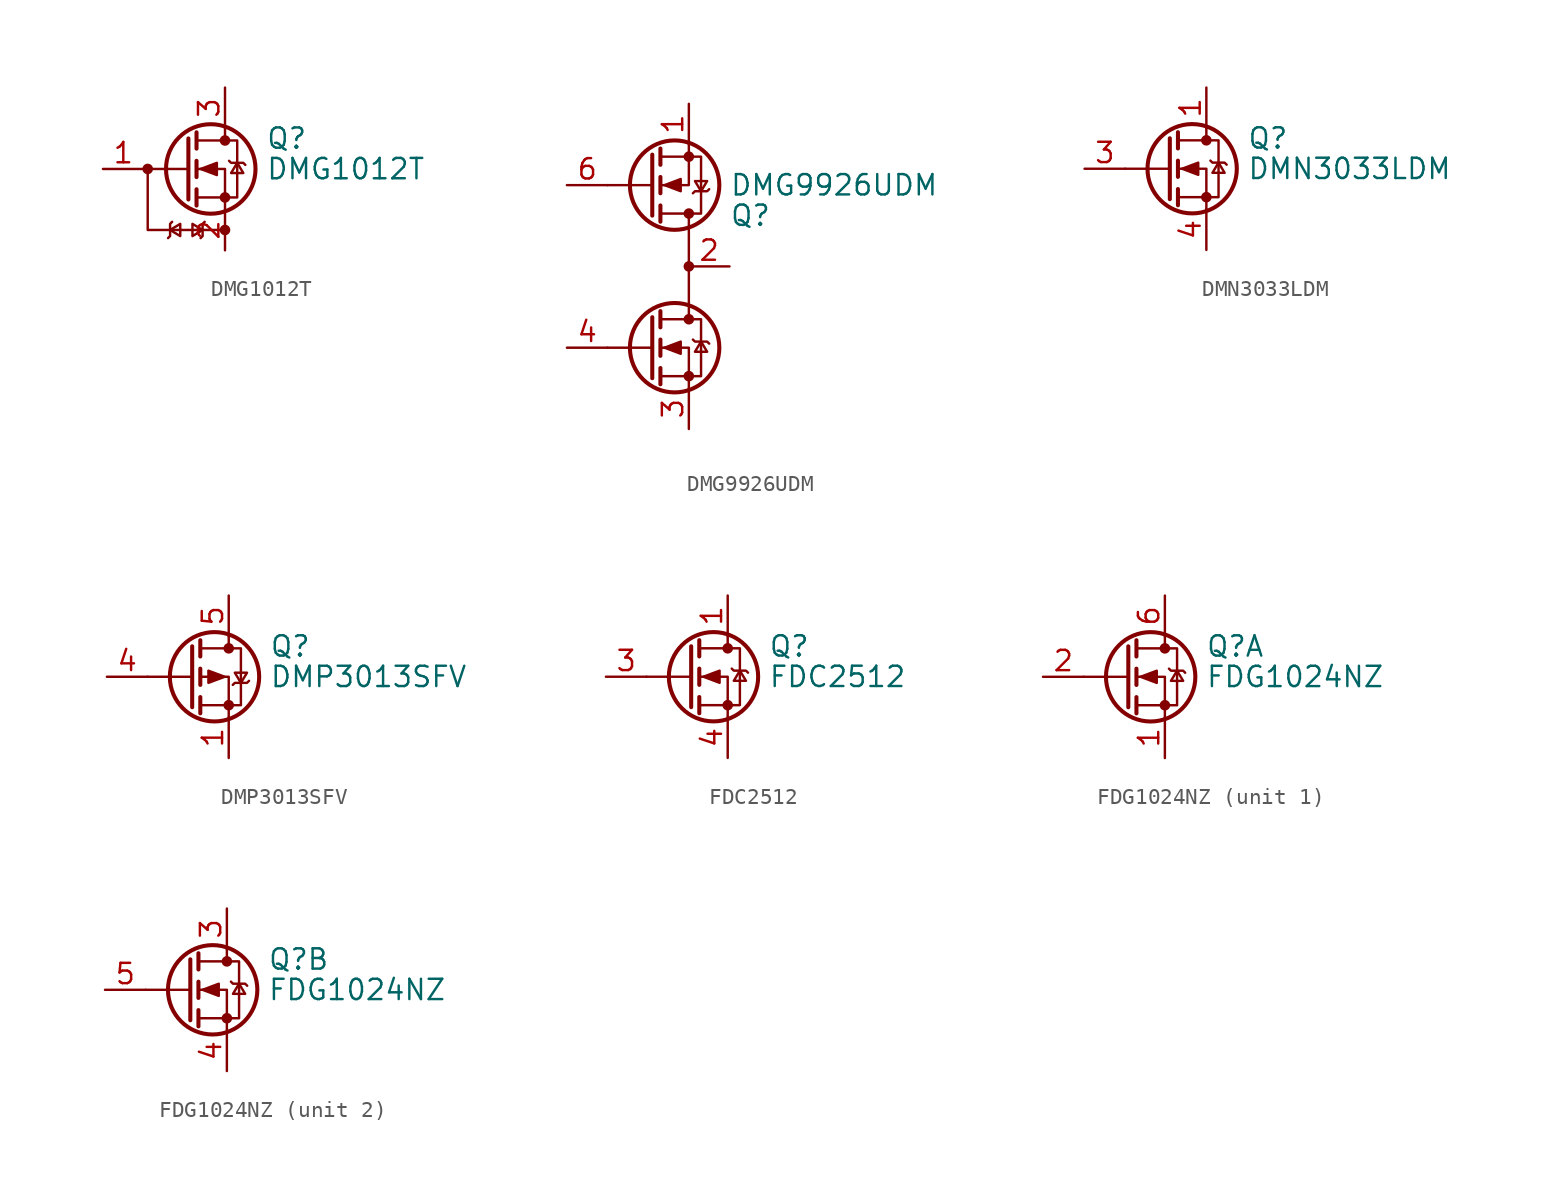
<source format=kicad_sym>
(kicad_symbol_lib
  (version 20201005)
  (generator kicad_symbol_editor)
  (symbol "DMG1012T"
    (pin_names
      (offset 0) hide)
    (property "Reference" "Q"
      (at 5.08 1.905 0)
      (effects (font (size 1.27 1.27)) (justify left)))
    (property "Value" "DMG1012T"
      (at 5.08 0 0)
      (effects (font (size 1.27 1.27)) (justify left)))
    (symbol "DMG1012T_0_1"
      (polyline (pts (xy 2.54 -3.81) (xy -2.286 -3.81) (xy -2.286 0)) (stroke (width 0)) (fill (type none))))
    (symbol "DMG1012T_1_1"
      (circle (center 1.651 0) (radius 2.794) (stroke (width 0.254)) (fill (type none)))
      (circle (center -2.286 0) (radius 0.254) (stroke (width 0)) (fill (type outline)))
      (circle (center 2.54 -3.81) (radius 0.254) (stroke (width 0)) (fill (type outline)))
      (circle (center 2.54 -1.778) (radius 0.254) (stroke (width 0)) (fill (type outline)))
      (circle (center 2.54 1.778) (radius 0.254) (stroke (width 0)) (fill (type outline)))
      (polyline (pts (xy 0.254 0) (xy -2.54 0)) (stroke (width 0)) (fill (type none)))
      (polyline (pts (xy 0.254 1.905) (xy 0.254 -1.905)) (stroke (width 0.254)) (fill (type none)))
      (polyline (pts (xy 0.762 -1.27) (xy 0.762 -2.286)) (stroke (width 0.254)) (fill (type none)))
      (polyline (pts (xy 0.762 0.508) (xy 0.762 -0.508)) (stroke (width 0.254)) (fill (type none)))
      (polyline (pts (xy 0.762 2.286) (xy 0.762 1.27)) (stroke (width 0.254)) (fill (type none)))
      (polyline (pts (xy 2.54 2.54) (xy 2.54 1.778)) (stroke (width 0)) (fill (type none)))
      (polyline (pts (xy 2.54 -2.54) (xy 2.54 0) (xy 0.762 0)) (stroke (width 0)) (fill (type none)))
      (polyline (pts (xy -1.016 -4.318) (xy -0.889 -4.191) (xy -0.889 -3.429) (xy -0.762 -3.302)) (stroke (width 0)) (fill (type none)))
      (polyline (pts (xy -0.889 -3.81) (xy -0.254 -4.191) (xy -0.254 -3.429) (xy -0.889 -3.81)) (stroke (width 0)) (fill (type none)))
      (polyline (pts (xy 0.762 -1.778) (xy 3.302 -1.778) (xy 3.302 1.778) (xy 0.762 1.778)) (stroke (width 0)) (fill (type none)))
      (polyline (pts (xy 1.143 -3.81) (xy 0.508 -3.429) (xy 0.508 -4.191) (xy 1.143 -3.81)) (stroke (width 0)) (fill (type none)))
      (polyline (pts (xy 1.27 -3.302) (xy 1.143 -3.429) (xy 1.143 -4.191) (xy 1.016 -4.318)) (stroke (width 0)) (fill (type none)))
      (polyline (pts (xy 2.794 0.508) (xy 2.921 0.381) (xy 3.683 0.381) (xy 3.81 0.254)) (stroke (width 0)) (fill (type none)))
      (polyline (pts (xy 3.302 0.381) (xy 2.921 -0.254) (xy 3.683 -0.254) (xy 3.302 0.381)) (stroke (width 0)) (fill (type none)))
      (polyline (pts (xy 1.016 0) (xy 2.032 0.381) (xy 2.032 -0.381) (xy 1.016 0)) (stroke (width 0)) (fill (type outline)))
      (pin input line (at -5.08 0 0) (length 2.54) (name "G" (effects (font (size 1.27 1.27)))) (number "1" (effects (font (size 1.27 1.27)))))
      (pin passive line (at 2.54 -5.08 90) (length 2.54) (name "S" (effects (font (size 1.27 1.27)))) (number "2" (effects (font (size 1.27 1.27)))))
      (pin passive line (at 2.54 5.08 270) (length 2.54) (name "D" (effects (font (size 1.27 1.27)))) (number "3" (effects (font (size 1.27 1.27)))))))
  (symbol "DMG9926UDM"
    (pin_names hide)
    (property "Reference" "Q"
      (at 2.54 3.175 0)
      (effects (font (size 1.27 1.27)) (justify left)))
    (property "Value" "DMG9926UDM"
      (at 2.54 5.08 0)
      (effects (font (size 1.27 1.27)) (justify left)))
    (symbol "DMG9926UDM_0_1"
      (circle (center -0.889 5.08) (radius 2.794) (stroke (width 0.254)) (fill (type none)))
      (circle (center 0 3.302) (radius 0.254) (stroke (width 0)) (fill (type outline)))
      (circle (center 0 6.858) (radius 0.254) (stroke (width 0)) (fill (type outline)))
      (polyline (pts (xy -2.286 3.175) (xy -2.286 6.985)) (stroke (width 0.254)) (fill (type none)))
      (polyline (pts (xy -2.286 5.08) (xy -5.08 5.08)) (stroke (width 0)) (fill (type none)))
      (polyline (pts (xy -1.778 2.794) (xy -1.778 3.81)) (stroke (width 0.254)) (fill (type none)))
      (polyline (pts (xy -1.778 4.572) (xy -1.778 5.588)) (stroke (width 0.254)) (fill (type none)))
      (polyline (pts (xy -1.778 6.35) (xy -1.778 7.366)) (stroke (width 0.254)) (fill (type none)))
      (polyline (pts (xy 0 -3.302) (xy 0 3.302)) (stroke (width 0)) (fill (type none)))
      (polyline (pts (xy 0 7.62) (xy 0 5.08) (xy -1.778 5.08)) (stroke (width 0)) (fill (type none)))
      (polyline (pts (xy -1.778 6.858) (xy 0.762 6.858) (xy 0.762 3.302) (xy -1.778 3.302)) (stroke (width 0)) (fill (type none)))
      (polyline (pts (xy 0.254 4.572) (xy 0.381 4.699) (xy 1.143 4.699) (xy 1.27 4.826)) (stroke (width 0)) (fill (type none)))
      (polyline (pts (xy 0.762 4.699) (xy 0.381 5.334) (xy 1.143 5.334) (xy 0.762 4.699)) (stroke (width 0)) (fill (type none)))
      (polyline (pts (xy -1.524 5.08) (xy -0.508 4.699) (xy -0.508 5.461) (xy -1.524 5.08)) (stroke (width 0)) (fill (type outline))))
    (symbol "DMG9926UDM_1_1"
      (circle (center -0.889 -5.08) (radius 2.794) (stroke (width 0.254)) (fill (type none)))
      (circle (center 0 -6.858) (radius 0.254) (stroke (width 0)) (fill (type outline)))
      (circle (center 0 -3.302) (radius 0.254) (stroke (width 0)) (fill (type outline)))
      (circle (center 0 0) (radius 0.254) (stroke (width 0)) (fill (type outline)))
      (polyline (pts (xy -2.286 -5.08) (xy -5.08 -5.08)) (stroke (width 0)) (fill (type none)))
      (polyline (pts (xy -2.286 -3.175) (xy -2.286 -6.985)) (stroke (width 0.254)) (fill (type none)))
      (polyline (pts (xy -1.778 -6.35) (xy -1.778 -7.366)) (stroke (width 0.254)) (fill (type none)))
      (polyline (pts (xy -1.778 -4.572) (xy -1.778 -5.588)) (stroke (width 0.254)) (fill (type none)))
      (polyline (pts (xy -1.778 -2.794) (xy -1.778 -3.81)) (stroke (width 0.254)) (fill (type none)))
      (polyline (pts (xy 0 -7.62) (xy 0 -5.08) (xy -1.778 -5.08)) (stroke (width 0)) (fill (type none)))
      (polyline (pts (xy -1.778 -6.858) (xy 0.762 -6.858) (xy 0.762 -3.302) (xy -1.778 -3.302)) (stroke (width 0)) (fill (type none)))
      (polyline (pts (xy 0.254 -4.572) (xy 0.381 -4.699) (xy 1.143 -4.699) (xy 1.27 -4.826)) (stroke (width 0)) (fill (type none)))
      (polyline (pts (xy 0.762 -4.699) (xy 0.381 -5.334) (xy 1.143 -5.334) (xy 0.762 -4.699)) (stroke (width 0)) (fill (type none)))
      (polyline (pts (xy -1.524 -5.08) (xy -0.508 -4.699) (xy -0.508 -5.461) (xy -1.524 -5.08)) (stroke (width 0)) (fill (type outline)))
      (pin passive line (at 0 10.16 270) (length 2.54) (name "D1" (effects (font (size 1.27 1.27)))) (number "1" (effects (font (size 1.27 1.27)))))
      (pin passive line (at 2.54 0 180) (length 2.54) (name "S1/D2" (effects (font (size 1.27 1.27)))) (number "2" (effects (font (size 1.27 1.27)))))
      (pin passive line (at 0 -10.16 90) (length 2.54) (name "S2" (effects (font (size 1.27 1.27)))) (number "3" (effects (font (size 1.27 1.27)))))
      (pin input line (at -7.62 -5.08 0) (length 2.54) (name "G2" (effects (font (size 1.27 1.27)))) (number "4" (effects (font (size 1.27 1.27)))))
      (pin passive line (at 2.54 0 180) (length 2.54) hide (name "S1/D2" (effects (font (size 1.27 1.27)))) (number "5" (effects (font (size 1.27 1.27)))))
      (pin input line (at -7.62 5.08 0) (length 2.54) (name "G1" (effects (font (size 1.27 1.27)))) (number "6" (effects (font (size 1.27 1.27)))))))
  (symbol "DMN3033LDM"
    (pin_names hide)
    (property "Reference" "Q"
      (at 5.08 1.905 0)
      (effects (font (size 1.27 1.27)) (justify left)))
    (property "Value" "DMN3033LDM"
      (at 5.08 0 0)
      (effects (font (size 1.27 1.27)) (justify left)))
    (symbol "DMN3033LDM_0_1"
      (circle (center 1.651 0) (radius 2.794) (stroke (width 0.254)) (fill (type none)))
      (circle (center 2.54 -1.778) (radius 0.254) (stroke (width 0)) (fill (type outline)))
      (circle (center 2.54 1.778) (radius 0.254) (stroke (width 0)) (fill (type outline)))
      (polyline (pts (xy 0.254 0) (xy -2.54 0)) (stroke (width 0)) (fill (type none)))
      (polyline (pts (xy 0.254 1.905) (xy 0.254 -1.905)) (stroke (width 0.254)) (fill (type none)))
      (polyline (pts (xy 0.762 -1.27) (xy 0.762 -2.286)) (stroke (width 0.254)) (fill (type none)))
      (polyline (pts (xy 0.762 0.508) (xy 0.762 -0.508)) (stroke (width 0.254)) (fill (type none)))
      (polyline (pts (xy 0.762 2.286) (xy 0.762 1.27)) (stroke (width 0.254)) (fill (type none)))
      (polyline (pts (xy 2.54 2.54) (xy 2.54 1.778)) (stroke (width 0)) (fill (type none)))
      (polyline (pts (xy 2.54 -2.54) (xy 2.54 0) (xy 0.762 0)) (stroke (width 0)) (fill (type none)))
      (polyline (pts (xy 0.762 -1.778) (xy 3.302 -1.778) (xy 3.302 1.778) (xy 0.762 1.778)) (stroke (width 0)) (fill (type none)))
      (polyline (pts (xy 2.794 0.508) (xy 2.921 0.381) (xy 3.683 0.381) (xy 3.81 0.254)) (stroke (width 0)) (fill (type none)))
      (polyline (pts (xy 3.302 0.381) (xy 2.921 -0.254) (xy 3.683 -0.254) (xy 3.302 0.381)) (stroke (width 0)) (fill (type none)))
      (polyline (pts (xy 1.016 0) (xy 2.032 0.381) (xy 2.032 -0.381) (xy 1.016 0)) (stroke (width 0)) (fill (type outline))))
    (symbol "DMN3033LDM_1_1"
      (pin passive line (at 2.54 5.08 270) (length 2.54) (name "D" (effects (font (size 1.27 1.27)))) (number "1" (effects (font (size 1.27 1.27)))))
      (pin passive line (at 2.54 5.08 270) (length 2.54) hide (name "D" (effects (font (size 1.27 1.27)))) (number "2" (effects (font (size 1.27 1.27)))))
      (pin input line (at -5.08 0 0) (length 2.54) (name "G" (effects (font (size 1.27 1.27)))) (number "3" (effects (font (size 1.27 1.27)))))
      (pin passive line (at 2.54 -5.08 90) (length 2.54) (name "S" (effects (font (size 1.27 1.27)))) (number "4" (effects (font (size 1.27 1.27)))))
      (pin passive line (at 2.54 5.08 270) (length 2.54) hide (name "D" (effects (font (size 1.27 1.27)))) (number "5" (effects (font (size 1.27 1.27)))))
      (pin passive line (at 2.54 5.08 270) (length 2.54) hide (name "D" (effects (font (size 1.27 1.27)))) (number "6" (effects (font (size 1.27 1.27)))))))
  (symbol "DMP3013SFV"
    (pin_names hide)
    (property "Reference" "Q"
      (at 5.08 1.905 0)
      (effects (font (size 1.27 1.27)) (justify left)))
    (property "Value" "DMP3013SFV"
      (at 5.08 0 0)
      (effects (font (size 1.27 1.27)) (justify left)))
    (symbol "DMP3013SFV_0_1"
      (circle (center 1.651 0) (radius 2.794) (stroke (width 0.254)) (fill (type none)))
      (circle (center 2.54 -1.778) (radius 0.254) (stroke (width 0)) (fill (type outline)))
      (circle (center 2.54 1.778) (radius 0.254) (stroke (width 0)) (fill (type outline)))
      (polyline (pts (xy 0.254 0) (xy -2.54 0)) (stroke (width 0)) (fill (type none)))
      (polyline (pts (xy 0.254 1.905) (xy 0.254 -1.905)) (stroke (width 0.254)) (fill (type none)))
      (polyline (pts (xy 0.762 -1.27) (xy 0.762 -2.286)) (stroke (width 0.254)) (fill (type none)))
      (polyline (pts (xy 0.762 0.508) (xy 0.762 -0.508)) (stroke (width 0.254)) (fill (type none)))
      (polyline (pts (xy 0.762 2.286) (xy 0.762 1.27)) (stroke (width 0.254)) (fill (type none)))
      (polyline (pts (xy 2.54 2.54) (xy 2.54 1.778)) (stroke (width 0)) (fill (type none)))
      (polyline (pts (xy 2.54 -2.54) (xy 2.54 0) (xy 0.762 0)) (stroke (width 0)) (fill (type none)))
      (polyline (pts (xy 0.762 1.778) (xy 3.302 1.778) (xy 3.302 -1.778) (xy 0.762 -1.778)) (stroke (width 0)) (fill (type none)))
      (polyline (pts (xy 2.794 -0.508) (xy 2.921 -0.381) (xy 3.683 -0.381) (xy 3.81 -0.254)) (stroke (width 0)) (fill (type none)))
      (polyline (pts (xy 3.302 -0.381) (xy 2.921 0.254) (xy 3.683 0.254) (xy 3.302 -0.381)) (stroke (width 0)) (fill (type none)))
      (polyline (pts (xy 2.286 0) (xy 1.27 0.381) (xy 1.27 -0.381) (xy 2.286 0)) (stroke (width 0)) (fill (type outline))))
    (symbol "DMP3013SFV_1_1"
      (pin passive line (at 2.54 -5.08 90) (length 2.54) (name "S" (effects (font (size 1.27 1.27)))) (number "1" (effects (font (size 1.27 1.27)))))
      (pin passive line (at 2.54 -5.08 90) (length 2.54) hide (name "S" (effects (font (size 1.27 1.27)))) (number "2" (effects (font (size 1.27 1.27)))))
      (pin passive line (at 2.54 -5.08 90) (length 2.54) hide (name "S" (effects (font (size 1.27 1.27)))) (number "3" (effects (font (size 1.27 1.27)))))
      (pin passive line (at -5.08 0 0) (length 2.54) (name "G" (effects (font (size 1.27 1.27)))) (number "4" (effects (font (size 1.27 1.27)))))
      (pin passive line (at 2.54 5.08 270) (length 2.54) (name "D" (effects (font (size 1.27 1.27)))) (number "5" (effects (font (size 1.27 1.27)))))))
  (symbol "FDC2512"
    (pin_names hide)
    (property "Reference" "Q"
      (at 5.08 1.905 0)
      (effects (font (size 1.27 1.27)) (justify left)))
    (property "Value" "FDC2512"
      (at 5.08 0 0)
      (effects (font (size 1.27 1.27)) (justify left)))
    (symbol "FDC2512_0_1"
      (circle (center 1.651 0) (radius 2.794) (stroke (width 0.254)) (fill (type none)))
      (circle (center 2.54 -1.778) (radius 0.254) (stroke (width 0)) (fill (type outline)))
      (circle (center 2.54 1.778) (radius 0.254) (stroke (width 0)) (fill (type outline)))
      (polyline (pts (xy 0.254 0) (xy -2.54 0)) (stroke (width 0)) (fill (type none)))
      (polyline (pts (xy 0.254 1.905) (xy 0.254 -1.905)) (stroke (width 0.254)) (fill (type none)))
      (polyline (pts (xy 0.762 -1.27) (xy 0.762 -2.286)) (stroke (width 0.254)) (fill (type none)))
      (polyline (pts (xy 0.762 0.508) (xy 0.762 -0.508)) (stroke (width 0.254)) (fill (type none)))
      (polyline (pts (xy 0.762 2.286) (xy 0.762 1.27)) (stroke (width 0.254)) (fill (type none)))
      (polyline (pts (xy 2.54 2.54) (xy 2.54 1.778)) (stroke (width 0)) (fill (type none)))
      (polyline (pts (xy 2.54 -2.54) (xy 2.54 0) (xy 0.762 0)) (stroke (width 0)) (fill (type none)))
      (polyline (pts (xy 0.762 -1.778) (xy 3.302 -1.778) (xy 3.302 1.778) (xy 0.762 1.778)) (stroke (width 0)) (fill (type none)))
      (polyline (pts (xy 2.794 0.508) (xy 2.921 0.381) (xy 3.683 0.381) (xy 3.81 0.254)) (stroke (width 0)) (fill (type none)))
      (polyline (pts (xy 3.302 0.381) (xy 2.921 -0.254) (xy 3.683 -0.254) (xy 3.302 0.381)) (stroke (width 0)) (fill (type none)))
      (polyline (pts (xy 1.016 0) (xy 2.032 0.381) (xy 2.032 -0.381) (xy 1.016 0)) (stroke (width 0)) (fill (type outline))))
    (symbol "FDC2512_1_1"
      (pin passive line (at 2.54 5.08 270) (length 2.54) (name "D" (effects (font (size 1.27 1.27)))) (number "1" (effects (font (size 1.27 1.27)))))
      (pin passive line (at 2.54 5.08 270) (length 2.54) hide (name "D" (effects (font (size 1.27 1.27)))) (number "2" (effects (font (size 1.27 1.27)))))
      (pin passive line (at -5.08 0 0) (length 2.54) (name "G" (effects (font (size 1.27 1.27)))) (number "3" (effects (font (size 1.27 1.27)))))
      (pin passive line (at 2.54 -5.08 90) (length 2.54) (name "S" (effects (font (size 1.27 1.27)))) (number "4" (effects (font (size 1.27 1.27)))))
      (pin passive line (at 2.54 5.08 270) (length 2.54) hide (name "D" (effects (font (size 1.27 1.27)))) (number "5" (effects (font (size 1.27 1.27)))))
      (pin passive line (at 2.54 5.08 270) (length 2.54) hide (name "D" (effects (font (size 1.27 1.27)))) (number "6" (effects (font (size 1.27 1.27)))))))
  (symbol "FDG1024NZ"
    (pin_names hide)
    (property "Reference" "Q"
      (at 5.08 1.905 0)
      (effects (font (size 1.27 1.27)) (justify left)))
    (property "Value" "FDG1024NZ"
      (at 5.08 0 0)
      (effects (font (size 1.27 1.27)) (justify left)))
    (symbol "FDG1024NZ_0_1"
      (circle (center 1.651 0) (radius 2.794) (stroke (width 0.254)) (fill (type none)))
      (circle (center 2.54 -1.778) (radius 0.254) (stroke (width 0)) (fill (type outline)))
      (circle (center 2.54 1.778) (radius 0.254) (stroke (width 0)) (fill (type outline)))
      (polyline (pts (xy 0.254 0) (xy -2.54 0)) (stroke (width 0)) (fill (type none)))
      (polyline (pts (xy 0.254 1.905) (xy 0.254 -1.905)) (stroke (width 0.254)) (fill (type none)))
      (polyline (pts (xy 0.762 -1.27) (xy 0.762 -2.286)) (stroke (width 0.254)) (fill (type none)))
      (polyline (pts (xy 0.762 0.508) (xy 0.762 -0.508)) (stroke (width 0.254)) (fill (type none)))
      (polyline (pts (xy 0.762 2.286) (xy 0.762 1.27)) (stroke (width 0.254)) (fill (type none)))
      (polyline (pts (xy 2.54 2.54) (xy 2.54 1.778)) (stroke (width 0)) (fill (type none)))
      (polyline (pts (xy 2.54 -2.54) (xy 2.54 0) (xy 0.762 0)) (stroke (width 0)) (fill (type none)))
      (polyline (pts (xy 0.762 -1.778) (xy 3.302 -1.778) (xy 3.302 1.778) (xy 0.762 1.778)) (stroke (width 0)) (fill (type none)))
      (polyline (pts (xy 2.794 0.508) (xy 2.921 0.381) (xy 3.683 0.381) (xy 3.81 0.254)) (stroke (width 0)) (fill (type none)))
      (polyline (pts (xy 3.302 0.381) (xy 2.921 -0.254) (xy 3.683 -0.254) (xy 3.302 0.381)) (stroke (width 0)) (fill (type none)))
      (polyline (pts (xy 1.016 0) (xy 2.032 0.381) (xy 2.032 -0.381) (xy 1.016 0)) (stroke (width 0)) (fill (type outline))))
    (symbol "FDG1024NZ_1_1"
      (pin passive line (at 2.54 -5.08 90) (length 2.54) (name "S" (effects (font (size 1.27 1.27)))) (number "1" (effects (font (size 1.27 1.27)))))
      (pin passive line (at -5.08 0 0) (length 2.54) (name "G" (effects (font (size 1.27 1.27)))) (number "2" (effects (font (size 1.27 1.27)))))
      (pin passive line (at 2.54 5.08 270) (length 2.54) (name "D" (effects (font (size 1.27 1.27)))) (number "6" (effects (font (size 1.27 1.27))))))
    (symbol "FDG1024NZ_2_1"
      (pin passive line (at 2.54 5.08 270) (length 2.54) (name "D" (effects (font (size 1.27 1.27)))) (number "3" (effects (font (size 1.27 1.27)))))
      (pin passive line (at 2.54 -5.08 90) (length 2.54) (name "S" (effects (font (size 1.27 1.27)))) (number "4" (effects (font (size 1.27 1.27)))))
      (pin passive line (at -5.08 0 0) (length 2.54) (name "G" (effects (font (size 1.27 1.27)))) (number "5" (effects (font (size 1.27 1.27))))))))
</source>
